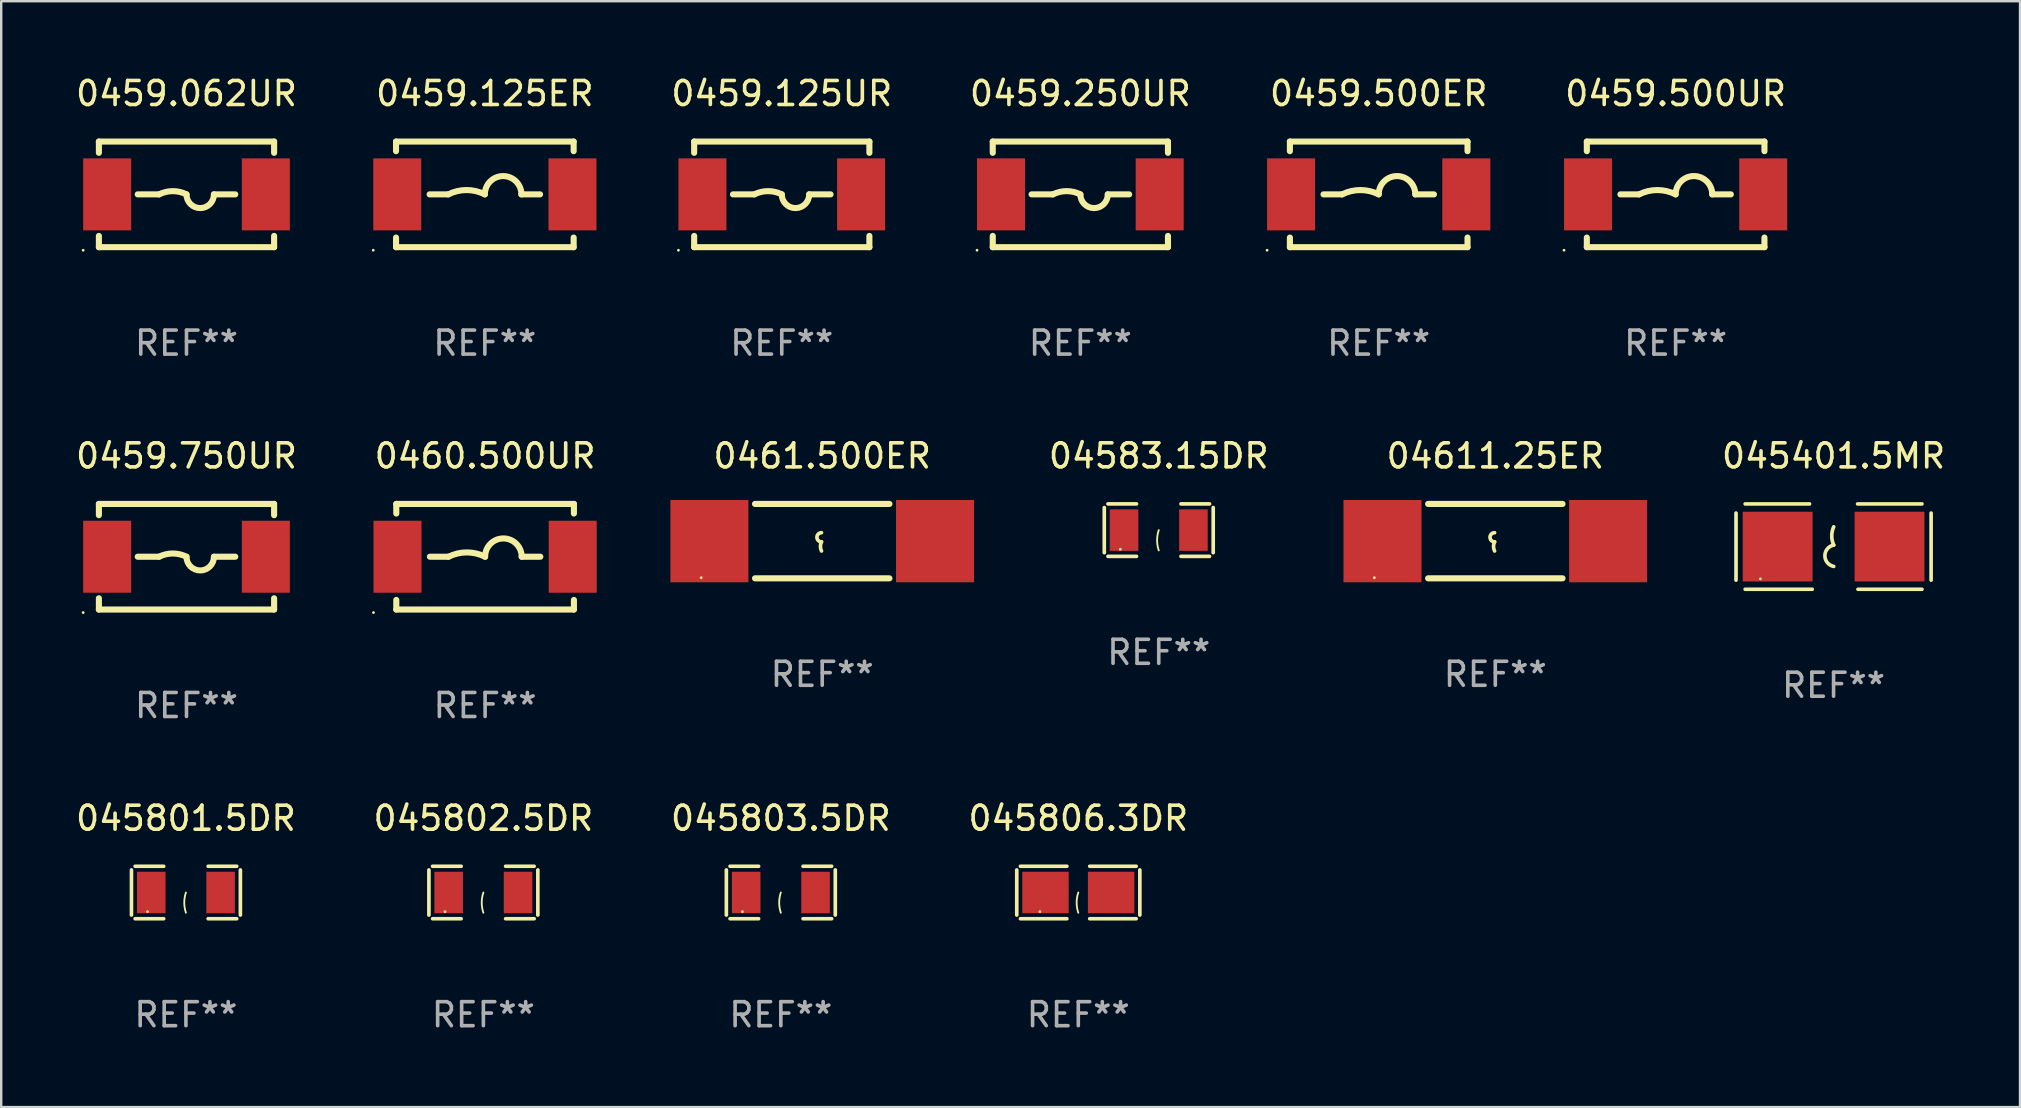
<source format=kicad_pcb>
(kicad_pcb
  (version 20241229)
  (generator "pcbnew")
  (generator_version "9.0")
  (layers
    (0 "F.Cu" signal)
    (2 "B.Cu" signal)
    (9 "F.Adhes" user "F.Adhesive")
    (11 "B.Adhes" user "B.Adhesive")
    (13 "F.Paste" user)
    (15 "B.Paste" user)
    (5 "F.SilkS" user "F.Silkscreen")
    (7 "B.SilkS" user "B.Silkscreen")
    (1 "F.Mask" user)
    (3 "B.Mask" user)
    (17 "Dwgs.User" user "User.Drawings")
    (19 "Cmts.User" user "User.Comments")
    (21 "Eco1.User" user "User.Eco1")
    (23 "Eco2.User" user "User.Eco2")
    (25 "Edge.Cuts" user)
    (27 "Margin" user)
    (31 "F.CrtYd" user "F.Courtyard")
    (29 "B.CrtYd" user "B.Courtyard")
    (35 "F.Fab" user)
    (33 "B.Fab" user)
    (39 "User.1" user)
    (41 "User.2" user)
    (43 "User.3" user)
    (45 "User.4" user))
  (footprint "045401.5MR"
    (layer "F.Cu")
    (at 73.342 19.723)
    (property "Reference" "045401.5MR" (at 0 -3.778 0) (layer "F.SilkS") (effects (font (size 1 1) (thickness 0.15))))
    (attr through_hole)
    (fp_line (start -4.064 -1.397) (end -4.064 1.397) (stroke (width 0.152) (type solid)) (layer "F.SilkS"))
    (fp_line (start -3.683 -1.778) (end -1.002 -1.778) (stroke (width 0.152) (type solid)) (layer "F.SilkS"))
    (fp_line (start -0.889 1.778) (end -3.683 1.778) (stroke (width 0.152) (type solid)) (layer "F.SilkS"))
    (fp_line (start 1.016 1.778) (end 3.683 1.778) (stroke (width 0.152) (type solid)) (layer "F.SilkS"))
    (fp_line (start 3.683 -1.778) (end 1.001 -1.778) (stroke (width 0.152) (type solid)) (layer "F.SilkS"))
    (fp_line (start 4.064 -1.397) (end 4.064 1.397) (stroke (width 0.152) (type solid)) (layer "F.SilkS"))
    (fp_arc (start 0.006045 -0.0635) (mid -0.075591 -0.444501) (end 0.006045 -0.825502) (stroke (width 0.151994) (type solid)) (layer "F.SilkS"))
    (fp_arc (start 0.006045 0.825502) (mid -0.361643 0.381001) (end 0.006045 -0.0635) (stroke (width 0.151994) (type solid)) (layer "F.SilkS"))
    (fp_circle (center -3.05 1.345) (end -3.02 1.345) (stroke (width 0.06) (type solid)) (fill no) (layer "F.SilkS"))
    (fp_text user "REF**" (at 0 5.778 0) (layer "F.Fab") (effects (font (size 1 1) (thickness 0.15))))
    (pad "1" smd rect (at -2.33 0) (size 2.91 2.905) (layers "F.Cu" "F.Mask" "F.Paste"))
    (pad "2" smd rect (at 2.33 0) (size 2.91 2.905) (layers "F.Cu" "F.Mask" "F.Paste")))
  (footprint "0459.500UR"
    (layer "F.Cu")
    (at 66.762 5.048)
    (property "Reference" "0459.500UR" (at 0 -4.2 0) (layer "F.SilkS") (effects (font (size 1 1) (thickness 0.15))))
    (attr through_hole)
    (fp_line (start -3.7 -2.2) (end 3.7 -2.2) (stroke (width 0.254) (type solid)) (layer "F.SilkS"))
    (fp_line (start -3.7 -1.8) (end -3.7 -2.2) (stroke (width 0.254) (type solid)) (layer "F.SilkS"))
    (fp_line (start -3.7 2.2) (end -3.7 1.8) (stroke (width 0.254) (type solid)) (layer "F.SilkS"))
    (fp_line (start -2.3 0) (end -1.524 0) (stroke (width 0.254) (type solid)) (layer "F.SilkS"))
    (fp_line (start 2.3 0) (end 1.524 0) (stroke (width 0.254) (type solid)) (layer "F.SilkS"))
    (fp_line (start 3.7 -1.8) (end 3.7 -2.2) (stroke (width 0.254) (type solid)) (layer "F.SilkS"))
    (fp_line (start 3.7 2.2) (end -3.7 2.2) (stroke (width 0.254) (type solid)) (layer "F.SilkS"))
    (fp_line (start 3.7 2.2) (end 3.7 1.8) (stroke (width 0.254) (type solid)) (layer "F.SilkS"))
    (fp_arc (start -1.524003 0) (mid -0.762002 -0.179884) (end 0 0) (stroke (width 0.254001) (type solid)) (layer "F.SilkS"))
    (fp_arc (start 0.000001 0) (mid 0.762002 -0.762001) (end 1.524003 0) (stroke (width 0.254001) (type solid)) (layer "F.SilkS"))
    (fp_circle (center -4.65 2.327) (end -4.62 2.327) (stroke (width 0.06) (type solid)) (fill no) (layer "F.SilkS"))
    (fp_text user "REF**" (at 0 6.2 0) (layer "F.Fab") (effects (font (size 1 1) (thickness 0.15))))
    (pad "1" smd rect (at -3.65 0 90) (size 3 2) (layers "F.Cu" "F.Mask" "F.Paste"))
    (pad "2" smd rect (at 3.65 0 90) (size 3 2) (layers "F.Cu" "F.Mask" "F.Paste")))
  (footprint "0459.125UR"
    (layer "F.Cu")
    (at 29.521 5.048)
    (property "Reference" "0459.125UR" (at 0 -4.2 0) (layer "F.SilkS") (effects (font (size 1 1) (thickness 0.15))))
    (attr through_hole)
    (fp_line (start -3.65 -2.2) (end -3.65 -1.731) (stroke (width 0.254) (type solid)) (layer "F.SilkS"))
    (fp_line (start -3.65 -2.2) (end 3.65 -2.2) (stroke (width 0.254) (type solid)) (layer "F.SilkS"))
    (fp_line (start -3.65 1.731) (end -3.65 2.2) (stroke (width 0.254) (type solid)) (layer "F.SilkS"))
    (fp_line (start -3.65 2.2) (end 3.65 2.2) (stroke (width 0.254) (type solid)) (layer "F.SilkS"))
    (fp_line (start -2.032 0) (end -1.143 0) (stroke (width 0.254) (type solid)) (layer "F.SilkS"))
    (fp_line (start 2.032 0) (end 1.143 0) (stroke (width 0.254) (type solid)) (layer "F.SilkS"))
    (fp_line (start 3.65 -2.2) (end 3.65 -1.731) (stroke (width 0.254) (type solid)) (layer "F.SilkS"))
    (fp_line (start 3.65 1.731) (end 3.65 2.2) (stroke (width 0.254) (type solid)) (layer "F.SilkS"))
    (fp_arc (start -1.14299 0) (mid -0.571489 -0.134914) (end 0.000012 -0.000001) (stroke (width 0.254001) (type solid)) (layer "F.SilkS"))
    (fp_arc (start 1.143015 0) (mid 0.571285 0.57173) (end -0.000445 0) (stroke (width 0.254001) (type solid)) (layer "F.SilkS"))
    (fp_circle (center -4.305 2.327) (end -4.275 2.327) (stroke (width 0.06) (type solid)) (fill no) (layer "F.SilkS"))
    (fp_text user "REF**" (at 0 6.2 0) (layer "F.Fab") (effects (font (size 1 1) (thickness 0.15))))
    (pad "1" smd rect (at -3.305 0) (size 2 3) (layers "F.Cu" "F.Mask" "F.Paste"))
    (pad "2" smd rect (at 3.305 0) (size 2 3) (layers "F.Cu" "F.Mask" "F.Paste")))
  (footprint "0459.062UR"
    (layer "F.Cu")
    (at 4.72 5.048)
    (property "Reference" "0459.062UR" (at 0 -4.2 0) (layer "F.SilkS") (effects (font (size 1 1) (thickness 0.15))))
    (attr through_hole)
    (fp_line (start -3.65 -2.2) (end -3.65 -1.731) (stroke (width 0.254) (type solid)) (layer "F.SilkS"))
    (fp_line (start -3.65 -2.2) (end 3.65 -2.2) (stroke (width 0.254) (type solid)) (layer "F.SilkS"))
    (fp_line (start -3.65 1.731) (end -3.65 2.2) (stroke (width 0.254) (type solid)) (layer "F.SilkS"))
    (fp_line (start -3.65 2.2) (end 3.65 2.2) (stroke (width 0.254) (type solid)) (layer "F.SilkS"))
    (fp_line (start -2.032 0) (end -1.143 0) (stroke (width 0.254) (type solid)) (layer "F.SilkS"))
    (fp_line (start 2.032 0) (end 1.143 0) (stroke (width 0.254) (type solid)) (layer "F.SilkS"))
    (fp_line (start 3.65 -2.2) (end 3.65 -1.731) (stroke (width 0.254) (type solid)) (layer "F.SilkS"))
    (fp_line (start 3.65 1.731) (end 3.65 2.2) (stroke (width 0.254) (type solid)) (layer "F.SilkS"))
    (fp_arc (start -1.14299 0) (mid -0.571489 -0.134914) (end 0.000012 -0.000001) (stroke (width 0.254001) (type solid)) (layer "F.SilkS"))
    (fp_arc (start 1.143015 0) (mid 0.571285 0.57173) (end -0.000445 0) (stroke (width 0.254001) (type solid)) (layer "F.SilkS"))
    (fp_circle (center -4.305 2.327) (end -4.275 2.327) (stroke (width 0.06) (type solid)) (fill no) (layer "F.SilkS"))
    (fp_text user "REF**" (at 0 6.2 0) (layer "F.Fab") (effects (font (size 1 1) (thickness 0.15))))
    (pad "1" smd rect (at -3.305 0) (size 2 3) (layers "F.Cu" "F.Mask" "F.Paste"))
    (pad "2" smd rect (at 3.305 0) (size 2 3) (layers "F.Cu" "F.Mask" "F.Paste")))
  (footprint "0461.500ER"
    (layer "F.Cu")
    (at 31.206 19.495)
    (property "Reference" "0461.500ER" (at 0 -3.55 0) (layer "F.SilkS") (effects (font (size 1 1) (thickness 0.15))))
    (attr through_hole)
    (fp_line (start -2.8 -1.55) (end 2.8 -1.55) (stroke (width 0.254) (type solid)) (layer "F.SilkS"))
    (fp_line (start -2.8 1.55) (end 2.8 1.55) (stroke (width 0.254) (type solid)) (layer "F.SilkS"))
    (fp_arc (start -0.029896 0.030074) (mid -0.220397 -0.160427) (end -0.029896 -0.350928) (stroke (width 0.151994) (type solid)) (layer "F.SilkS"))
    (fp_arc (start -0.029896 0.411075) (mid -0.074867 0.220574) (end -0.029896 0.030074) (stroke (width 0.151994) (type solid)) (layer "F.SilkS"))
    (fp_circle (center -5.04 1.525) (end -5.01 1.525) (stroke (width 0.06) (type solid)) (fill no) (layer "F.SilkS"))
    (fp_text user "REF**" (at 0 5.55 0) (layer "F.Fab") (effects (font (size 1 1) (thickness 0.15))))
    (pad "1" smd rect (at -4.7 0) (size 3.25 3.43) (layers "F.Cu" "F.Mask" "F.Paste"))
    (pad "2" smd rect (at 4.7 0) (size 3.25 3.43) (layers "F.Cu" "F.Mask" "F.Paste")))
  (footprint "045806.3DR"
    (layer "F.Cu")
    (at 41.875 34.134)
    (property "Reference" "045806.3DR" (at 0 -3.093 0) (layer "F.SilkS") (effects (font (size 1 1) (thickness 0.15))))
    (attr through_hole)
    (fp_line (start -2.564 -0.94) (end -2.564 0.94) (stroke (width 0.152) (type solid)) (layer "F.SilkS"))
    (fp_line (start -2.411 1.093) (end -0.476 1.093) (stroke (width 0.152) (type solid)) (layer "F.SilkS"))
    (fp_line (start -0.476 -1.093) (end -2.411 -1.093) (stroke (width 0.152) (type solid)) (layer "F.SilkS"))
    (fp_line (start 0.476 -1.093) (end 2.411 -1.093) (stroke (width 0.152) (type solid)) (layer "F.SilkS"))
    (fp_line (start 2.411 1.093) (end 0.476 1.093) (stroke (width 0.152) (type solid)) (layer "F.SilkS"))
    (fp_line (start 2.564 -0.94) (end 2.564 0.94) (stroke (width 0.152) (type solid)) (layer "F.SilkS"))
    (fp_arc (start 0 0.844951) (mid -0.068559 0.422475) (end 0 0) (stroke (width 0.0762) (type solid)) (layer "F.SilkS"))
    (fp_circle (center -1.6 0.8) (end -1.57 0.8) (stroke (width 0.06) (type solid)) (fill no) (layer "F.SilkS"))
    (fp_text user "REF**" (at 0 5.093 0) (layer "F.Fab") (effects (font (size 1 1) (thickness 0.15))))
    (pad "1" smd rect (at -1.368 0) (size 1.935 1.728) (layers "F.Cu" "F.Mask" "F.Paste"))
    (pad "2" smd rect (at 1.368 0) (size 1.935 1.728) (layers "F.Cu" "F.Mask" "F.Paste")))
  (footprint "0459.250UR"
    (layer "F.Cu")
    (at 41.961 5.048)
    (property "Reference" "0459.250UR" (at 0 -4.2 0) (layer "F.SilkS") (effects (font (size 1 1) (thickness 0.15))))
    (attr through_hole)
    (fp_line (start -3.65 -2.2) (end -3.65 -1.731) (stroke (width 0.254) (type solid)) (layer "F.SilkS"))
    (fp_line (start -3.65 -2.2) (end 3.65 -2.2) (stroke (width 0.254) (type solid)) (layer "F.SilkS"))
    (fp_line (start -3.65 1.731) (end -3.65 2.2) (stroke (width 0.254) (type solid)) (layer "F.SilkS"))
    (fp_line (start -3.65 2.2) (end 3.65 2.2) (stroke (width 0.254) (type solid)) (layer "F.SilkS"))
    (fp_line (start -2.032 0) (end -1.143 0) (stroke (width 0.254) (type solid)) (layer "F.SilkS"))
    (fp_line (start 2.032 0) (end 1.143 0) (stroke (width 0.254) (type solid)) (layer "F.SilkS"))
    (fp_line (start 3.65 -2.2) (end 3.65 -1.731) (stroke (width 0.254) (type solid)) (layer "F.SilkS"))
    (fp_line (start 3.65 1.731) (end 3.65 2.2) (stroke (width 0.254) (type solid)) (layer "F.SilkS"))
    (fp_arc (start -1.14299 0) (mid -0.571489 -0.134914) (end 0.000012 -0.000001) (stroke (width 0.254001) (type solid)) (layer "F.SilkS"))
    (fp_arc (start 1.143015 0) (mid 0.571285 0.57173) (end -0.000445 0) (stroke (width 0.254001) (type solid)) (layer "F.SilkS"))
    (fp_circle (center -4.305 2.327) (end -4.275 2.327) (stroke (width 0.06) (type solid)) (fill no) (layer "F.SilkS"))
    (fp_text user "REF**" (at 0 6.2 0) (layer "F.Fab") (effects (font (size 1 1) (thickness 0.15))))
    (pad "1" smd rect (at -3.305 0) (size 2 3) (layers "F.Cu" "F.Mask" "F.Paste"))
    (pad "2" smd rect (at 3.305 0) (size 2 3) (layers "F.Cu" "F.Mask" "F.Paste")))
  (footprint "0460.500UR"
    (layer "F.Cu")
    (at 17.161 20.145)
    (property "Reference" "0460.500UR" (at 0 -4.2 0) (layer "F.SilkS") (effects (font (size 1 1) (thickness 0.15))))
    (attr through_hole)
    (fp_line (start -3.7 -2.2) (end 3.7 -2.2) (stroke (width 0.254) (type solid)) (layer "F.SilkS"))
    (fp_line (start -3.7 -1.8) (end -3.7 -2.2) (stroke (width 0.254) (type solid)) (layer "F.SilkS"))
    (fp_line (start -3.7 2.2) (end -3.7 1.8) (stroke (width 0.254) (type solid)) (layer "F.SilkS"))
    (fp_line (start -2.3 0) (end -1.524 0) (stroke (width 0.254) (type solid)) (layer "F.SilkS"))
    (fp_line (start 2.3 0) (end 1.524 0) (stroke (width 0.254) (type solid)) (layer "F.SilkS"))
    (fp_line (start 3.7 -1.8) (end 3.7 -2.2) (stroke (width 0.254) (type solid)) (layer "F.SilkS"))
    (fp_line (start 3.7 2.2) (end -3.7 2.2) (stroke (width 0.254) (type solid)) (layer "F.SilkS"))
    (fp_line (start 3.7 2.2) (end 3.7 1.8) (stroke (width 0.254) (type solid)) (layer "F.SilkS"))
    (fp_arc (start -1.524003 0) (mid -0.762002 -0.179884) (end 0 0) (stroke (width 0.254001) (type solid)) (layer "F.SilkS"))
    (fp_arc (start 0.000001 0) (mid 0.762002 -0.762001) (end 1.524003 0) (stroke (width 0.254001) (type solid)) (layer "F.SilkS"))
    (fp_circle (center -4.65 2.327) (end -4.62 2.327) (stroke (width 0.06) (type solid)) (fill no) (layer "F.SilkS"))
    (fp_text user "REF**" (at 0 6.2 0) (layer "F.Fab") (effects (font (size 1 1) (thickness 0.15))))
    (pad "1" smd rect (at -3.65 0 90) (size 3 2) (layers "F.Cu" "F.Mask" "F.Paste"))
    (pad "2" smd rect (at 3.65 0 90) (size 3 2) (layers "F.Cu" "F.Mask" "F.Paste")))
  (footprint "045801.5DR"
    (layer "F.Cu")
    (at 4.696 34.134)
    (property "Reference" "045801.5DR" (at 0 -3.093 0) (layer "F.SilkS") (effects (font (size 1 1) (thickness 0.15))))
    (attr through_hole)
    (fp_line (start -2.269 -0.94) (end -2.269 0.94) (stroke (width 0.152) (type solid)) (layer "F.SilkS"))
    (fp_line (start -2.116 1.093) (end -0.926 1.093) (stroke (width 0.152) (type solid)) (layer "F.SilkS"))
    (fp_line (start -0.926 -1.093) (end -2.116 -1.093) (stroke (width 0.152) (type solid)) (layer "F.SilkS"))
    (fp_line (start 0.926 -1.093) (end 2.116 -1.093) (stroke (width 0.152) (type solid)) (layer "F.SilkS"))
    (fp_line (start 2.116 1.093) (end 0.926 1.093) (stroke (width 0.152) (type solid)) (layer "F.SilkS"))
    (fp_line (start 2.269 -0.94) (end 2.269 0.94) (stroke (width 0.152) (type solid)) (layer "F.SilkS"))
    (fp_arc (start 0 0.844951) (mid -0.068559 0.422475) (end 0 0) (stroke (width 0.0762) (type solid)) (layer "F.SilkS"))
    (fp_circle (center -1.6 0.8) (end -1.57 0.8) (stroke (width 0.06) (type solid)) (fill no) (layer "F.SilkS"))
    (fp_text user "REF**" (at 0 5.093 0) (layer "F.Fab") (effects (font (size 1 1) (thickness 0.15))))
    (pad "1" smd rect (at -1.445 0) (size 1.19 1.728) (layers "F.Cu" "F.Mask" "F.Paste"))
    (pad "2" smd rect (at 1.445 0) (size 1.19 1.728) (layers "F.Cu" "F.Mask" "F.Paste")))
  (footprint "04611.25ER"
    (layer "F.Cu")
    (at 59.249 19.495)
    (property "Reference" "04611.25ER" (at 0 -3.55 0) (layer "F.SilkS") (effects (font (size 1 1) (thickness 0.15))))
    (attr through_hole)
    (fp_line (start -2.8 -1.55) (end 2.8 -1.55) (stroke (width 0.254) (type solid)) (layer "F.SilkS"))
    (fp_line (start -2.8 1.55) (end 2.8 1.55) (stroke (width 0.254) (type solid)) (layer "F.SilkS"))
    (fp_arc (start -0.029896 0.030074) (mid -0.220397 -0.160427) (end -0.029896 -0.350928) (stroke (width 0.151994) (type solid)) (layer "F.SilkS"))
    (fp_arc (start -0.029896 0.411075) (mid -0.074867 0.220574) (end -0.029896 0.030074) (stroke (width 0.151994) (type solid)) (layer "F.SilkS"))
    (fp_circle (center -5.04 1.525) (end -5.01 1.525) (stroke (width 0.06) (type solid)) (fill no) (layer "F.SilkS"))
    (fp_text user "REF**" (at 0 5.55 0) (layer "F.Fab") (effects (font (size 1 1) (thickness 0.15))))
    (pad "1" smd rect (at -4.7 0) (size 3.25 3.43) (layers "F.Cu" "F.Mask" "F.Paste"))
    (pad "2" smd rect (at 4.7 0) (size 3.25 3.43) (layers "F.Cu" "F.Mask" "F.Paste")))
  (footprint "0459.500ER"
    (layer "F.Cu")
    (at 54.391 5.048)
    (property "Reference" "0459.500ER" (at 0 -4.2 0) (layer "F.SilkS") (effects (font (size 1 1) (thickness 0.15))))
    (attr through_hole)
    (fp_line (start -3.7 -2.2) (end 3.7 -2.2) (stroke (width 0.254) (type solid)) (layer "F.SilkS"))
    (fp_line (start -3.7 -1.8) (end -3.7 -2.2) (stroke (width 0.254) (type solid)) (layer "F.SilkS"))
    (fp_line (start -3.7 2.2) (end -3.7 1.8) (stroke (width 0.254) (type solid)) (layer "F.SilkS"))
    (fp_line (start -2.3 0) (end -1.524 0) (stroke (width 0.254) (type solid)) (layer "F.SilkS"))
    (fp_line (start 2.3 0) (end 1.524 0) (stroke (width 0.254) (type solid)) (layer "F.SilkS"))
    (fp_line (start 3.7 -1.8) (end 3.7 -2.2) (stroke (width 0.254) (type solid)) (layer "F.SilkS"))
    (fp_line (start 3.7 2.2) (end -3.7 2.2) (stroke (width 0.254) (type solid)) (layer "F.SilkS"))
    (fp_line (start 3.7 2.2) (end 3.7 1.8) (stroke (width 0.254) (type solid)) (layer "F.SilkS"))
    (fp_arc (start -1.524003 0) (mid -0.762002 -0.179884) (end 0 0) (stroke (width 0.254001) (type solid)) (layer "F.SilkS"))
    (fp_arc (start 0.000001 0) (mid 0.762002 -0.762001) (end 1.524003 0) (stroke (width 0.254001) (type solid)) (layer "F.SilkS"))
    (fp_circle (center -4.65 2.327) (end -4.62 2.327) (stroke (width 0.06) (type solid)) (fill no) (layer "F.SilkS"))
    (fp_text user "REF**" (at 0 6.2 0) (layer "F.Fab") (effects (font (size 1 1) (thickness 0.15))))
    (pad "1" smd rect (at -3.65 0 90) (size 3 2) (layers "F.Cu" "F.Mask" "F.Paste"))
    (pad "2" smd rect (at 3.65 0 90) (size 3 2) (layers "F.Cu" "F.Mask" "F.Paste")))
  (footprint "0459.125ER"
    (layer "F.Cu")
    (at 17.15 5.048)
    (property "Reference" "0459.125ER" (at 0 -4.2 0) (layer "F.SilkS") (effects (font (size 1 1) (thickness 0.15))))
    (attr through_hole)
    (fp_line (start -3.7 -2.2) (end 3.7 -2.2) (stroke (width 0.254) (type solid)) (layer "F.SilkS"))
    (fp_line (start -3.7 -1.8) (end -3.7 -2.2) (stroke (width 0.254) (type solid)) (layer "F.SilkS"))
    (fp_line (start -3.7 2.2) (end -3.7 1.8) (stroke (width 0.254) (type solid)) (layer "F.SilkS"))
    (fp_line (start -2.3 0) (end -1.524 0) (stroke (width 0.254) (type solid)) (layer "F.SilkS"))
    (fp_line (start 2.3 0) (end 1.524 0) (stroke (width 0.254) (type solid)) (layer "F.SilkS"))
    (fp_line (start 3.7 -1.8) (end 3.7 -2.2) (stroke (width 0.254) (type solid)) (layer "F.SilkS"))
    (fp_line (start 3.7 2.2) (end -3.7 2.2) (stroke (width 0.254) (type solid)) (layer "F.SilkS"))
    (fp_line (start 3.7 2.2) (end 3.7 1.8) (stroke (width 0.254) (type solid)) (layer "F.SilkS"))
    (fp_arc (start -1.524003 0) (mid -0.762002 -0.179884) (end 0 0) (stroke (width 0.254001) (type solid)) (layer "F.SilkS"))
    (fp_arc (start 0.000001 0) (mid 0.762002 -0.762001) (end 1.524003 0) (stroke (width 0.254001) (type solid)) (layer "F.SilkS"))
    (fp_circle (center -4.65 2.327) (end -4.62 2.327) (stroke (width 0.06) (type solid)) (fill no) (layer "F.SilkS"))
    (fp_text user "REF**" (at 0 6.2 0) (layer "F.Fab") (effects (font (size 1 1) (thickness 0.15))))
    (pad "1" smd rect (at -3.65 0 90) (size 3 2) (layers "F.Cu" "F.Mask" "F.Paste"))
    (pad "2" smd rect (at 3.65 0 90) (size 3 2) (layers "F.Cu" "F.Mask" "F.Paste")))
  (footprint "045802.5DR"
    (layer "F.Cu")
    (at 17.089 34.134)
    (property "Reference" "045802.5DR" (at 0 -3.093 0) (layer "F.SilkS") (effects (font (size 1 1) (thickness 0.15))))
    (attr through_hole)
    (fp_line (start -2.269 -0.94) (end -2.269 0.94) (stroke (width 0.152) (type solid)) (layer "F.SilkS"))
    (fp_line (start -2.116 1.093) (end -0.926 1.093) (stroke (width 0.152) (type solid)) (layer "F.SilkS"))
    (fp_line (start -0.926 -1.093) (end -2.116 -1.093) (stroke (width 0.152) (type solid)) (layer "F.SilkS"))
    (fp_line (start 0.926 -1.093) (end 2.116 -1.093) (stroke (width 0.152) (type solid)) (layer "F.SilkS"))
    (fp_line (start 2.116 1.093) (end 0.926 1.093) (stroke (width 0.152) (type solid)) (layer "F.SilkS"))
    (fp_line (start 2.269 -0.94) (end 2.269 0.94) (stroke (width 0.152) (type solid)) (layer "F.SilkS"))
    (fp_arc (start 0 0.844951) (mid -0.068559 0.422475) (end 0 0) (stroke (width 0.0762) (type solid)) (layer "F.SilkS"))
    (fp_circle (center -1.6 0.8) (end -1.57 0.8) (stroke (width 0.06) (type solid)) (fill no) (layer "F.SilkS"))
    (fp_text user "REF**" (at 0 5.093 0) (layer "F.Fab") (effects (font (size 1 1) (thickness 0.15))))
    (pad "1" smd rect (at -1.445 0) (size 1.19 1.728) (layers "F.Cu" "F.Mask" "F.Paste"))
    (pad "2" smd rect (at 1.445 0) (size 1.19 1.728) (layers "F.Cu" "F.Mask" "F.Paste")))
  (footprint "0459.750UR"
    (layer "F.Cu")
    (at 4.72 20.145)
    (property "Reference" "0459.750UR" (at 0 -4.2 0) (layer "F.SilkS") (effects (font (size 1 1) (thickness 0.15))))
    (attr through_hole)
    (fp_line (start -3.65 -2.2) (end -3.65 -1.731) (stroke (width 0.254) (type solid)) (layer "F.SilkS"))
    (fp_line (start -3.65 -2.2) (end 3.65 -2.2) (stroke (width 0.254) (type solid)) (layer "F.SilkS"))
    (fp_line (start -3.65 1.731) (end -3.65 2.2) (stroke (width 0.254) (type solid)) (layer "F.SilkS"))
    (fp_line (start -3.65 2.2) (end 3.65 2.2) (stroke (width 0.254) (type solid)) (layer "F.SilkS"))
    (fp_line (start -2.032 0) (end -1.143 0) (stroke (width 0.254) (type solid)) (layer "F.SilkS"))
    (fp_line (start 2.032 0) (end 1.143 0) (stroke (width 0.254) (type solid)) (layer "F.SilkS"))
    (fp_line (start 3.65 -2.2) (end 3.65 -1.731) (stroke (width 0.254) (type solid)) (layer "F.SilkS"))
    (fp_line (start 3.65 1.731) (end 3.65 2.2) (stroke (width 0.254) (type solid)) (layer "F.SilkS"))
    (fp_arc (start -1.14299 0) (mid -0.571489 -0.134914) (end 0.000012 -0.000001) (stroke (width 0.254001) (type solid)) (layer "F.SilkS"))
    (fp_arc (start 1.143015 0) (mid 0.571285 0.57173) (end -0.000445 0) (stroke (width 0.254001) (type solid)) (layer "F.SilkS"))
    (fp_circle (center -4.305 2.327) (end -4.275 2.327) (stroke (width 0.06) (type solid)) (fill no) (layer "F.SilkS"))
    (fp_text user "REF**" (at 0 6.2 0) (layer "F.Fab") (effects (font (size 1 1) (thickness 0.15))))
    (pad "1" smd rect (at -3.305 0) (size 2 3) (layers "F.Cu" "F.Mask" "F.Paste"))
    (pad "2" smd rect (at 3.305 0) (size 2 3) (layers "F.Cu" "F.Mask" "F.Paste")))
  (footprint "04583.15DR"
    (layer "F.Cu")
    (at 45.227 19.037)
    (property "Reference" "04583.15DR" (at 0 -3.093 0) (layer "F.SilkS") (effects (font (size 1 1) (thickness 0.15))))
    (attr through_hole)
    (fp_line (start -2.269 -0.94) (end -2.269 0.94) (stroke (width 0.152) (type solid)) (layer "F.SilkS"))
    (fp_line (start -2.116 1.093) (end -0.926 1.093) (stroke (width 0.152) (type solid)) (layer "F.SilkS"))
    (fp_line (start -0.926 -1.093) (end -2.116 -1.093) (stroke (width 0.152) (type solid)) (layer "F.SilkS"))
    (fp_line (start 0.926 -1.093) (end 2.116 -1.093) (stroke (width 0.152) (type solid)) (layer "F.SilkS"))
    (fp_line (start 2.116 1.093) (end 0.926 1.093) (stroke (width 0.152) (type solid)) (layer "F.SilkS"))
    (fp_line (start 2.269 -0.94) (end 2.269 0.94) (stroke (width 0.152) (type solid)) (layer "F.SilkS"))
    (fp_arc (start 0 0.844951) (mid -0.068559 0.422475) (end 0 0) (stroke (width 0.0762) (type solid)) (layer "F.SilkS"))
    (fp_circle (center -1.6 0.8) (end -1.57 0.8) (stroke (width 0.06) (type solid)) (fill no) (layer "F.SilkS"))
    (fp_text user "REF**" (at 0 5.093 0) (layer "F.Fab") (effects (font (size 1 1) (thickness 0.15))))
    (pad "1" smd rect (at -1.445 0) (size 1.19 1.728) (layers "F.Cu" "F.Mask" "F.Paste"))
    (pad "2" smd rect (at 1.445 0) (size 1.19 1.728) (layers "F.Cu" "F.Mask" "F.Paste")))
  (footprint "045803.5DR"
    (layer "F.Cu")
    (at 29.482 34.134)
    (property "Reference" "045803.5DR" (at 0 -3.093 0) (layer "F.SilkS") (effects (font (size 1 1) (thickness 0.15))))
    (attr through_hole)
    (fp_line (start -2.269 -0.94) (end -2.269 0.94) (stroke (width 0.152) (type solid)) (layer "F.SilkS"))
    (fp_line (start -2.116 1.093) (end -0.926 1.093) (stroke (width 0.152) (type solid)) (layer "F.SilkS"))
    (fp_line (start -0.926 -1.093) (end -2.116 -1.093) (stroke (width 0.152) (type solid)) (layer "F.SilkS"))
    (fp_line (start 0.926 -1.093) (end 2.116 -1.093) (stroke (width 0.152) (type solid)) (layer "F.SilkS"))
    (fp_line (start 2.116 1.093) (end 0.926 1.093) (stroke (width 0.152) (type solid)) (layer "F.SilkS"))
    (fp_line (start 2.269 -0.94) (end 2.269 0.94) (stroke (width 0.152) (type solid)) (layer "F.SilkS"))
    (fp_arc (start 0 0.844951) (mid -0.068559 0.422475) (end 0 0) (stroke (width 0.0762) (type solid)) (layer "F.SilkS"))
    (fp_circle (center -1.6 0.8) (end -1.57 0.8) (stroke (width 0.06) (type solid)) (fill no) (layer "F.SilkS"))
    (fp_text user "REF**" (at 0 5.093 0) (layer "F.Fab") (effects (font (size 1 1) (thickness 0.15))))
    (pad "1" smd rect (at -1.445 0) (size 1.19 1.728) (layers "F.Cu" "F.Mask" "F.Paste"))
    (pad "2" smd rect (at 1.445 0) (size 1.19 1.728) (layers "F.Cu" "F.Mask" "F.Paste")))
  (gr_rect
    (start -3 -3)
    (end 81.11 43.075)
    (stroke (width 0.1) (type default))
    (fill no)
    (layer "Edge.Cuts")))
</source>
